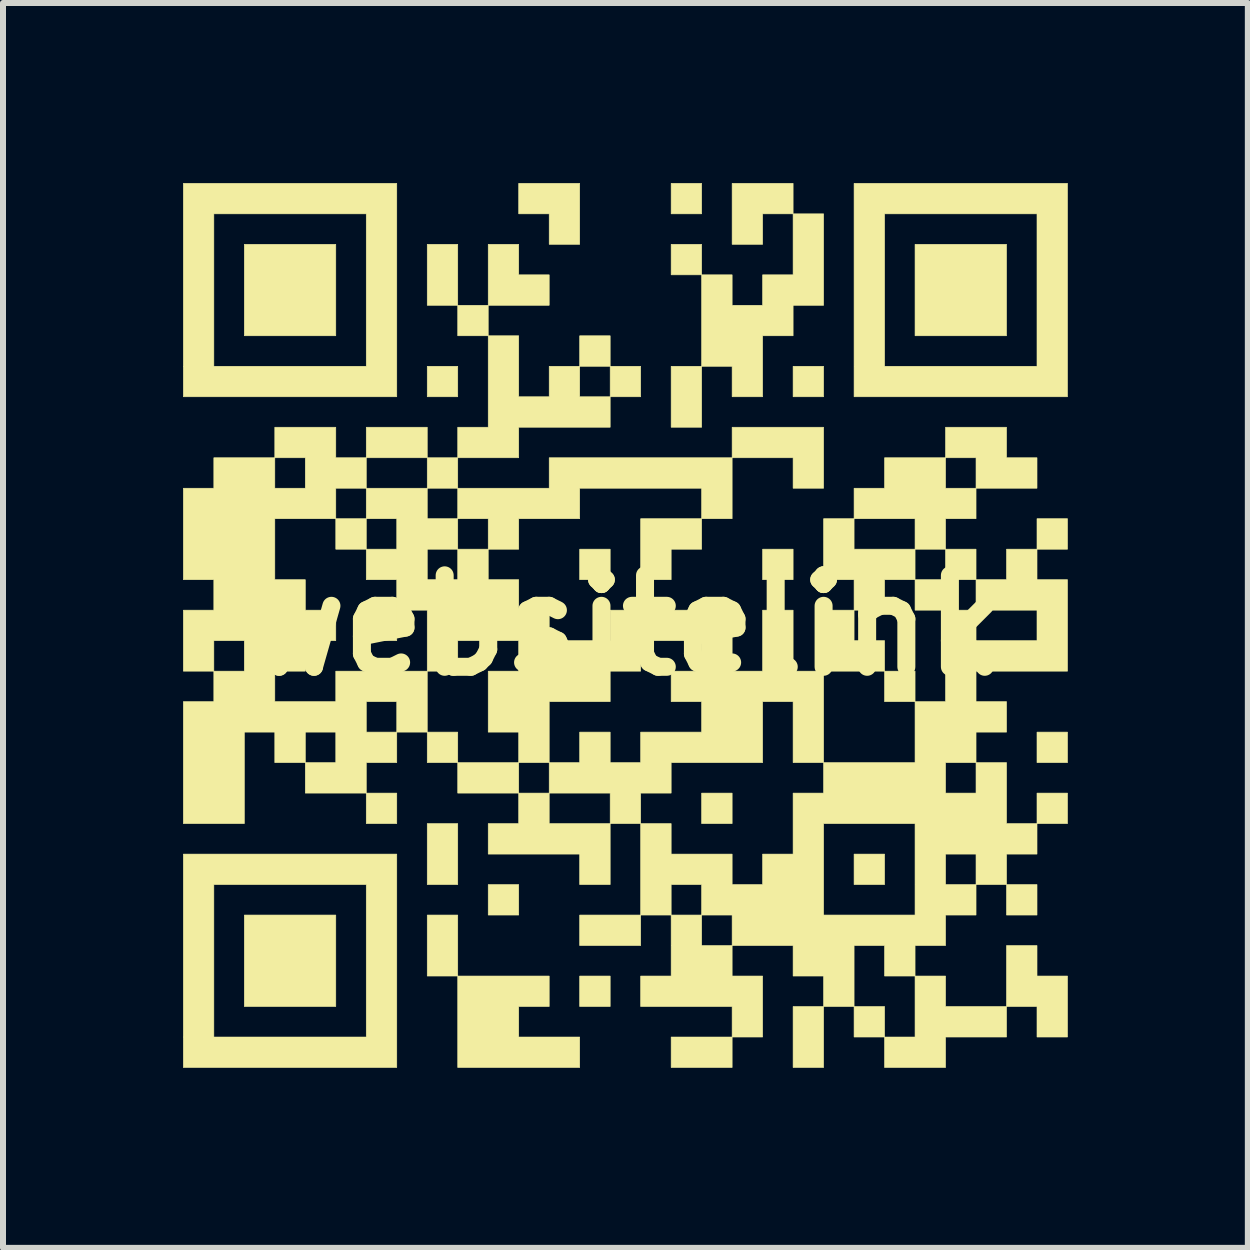
<source format=kicad_pcb>
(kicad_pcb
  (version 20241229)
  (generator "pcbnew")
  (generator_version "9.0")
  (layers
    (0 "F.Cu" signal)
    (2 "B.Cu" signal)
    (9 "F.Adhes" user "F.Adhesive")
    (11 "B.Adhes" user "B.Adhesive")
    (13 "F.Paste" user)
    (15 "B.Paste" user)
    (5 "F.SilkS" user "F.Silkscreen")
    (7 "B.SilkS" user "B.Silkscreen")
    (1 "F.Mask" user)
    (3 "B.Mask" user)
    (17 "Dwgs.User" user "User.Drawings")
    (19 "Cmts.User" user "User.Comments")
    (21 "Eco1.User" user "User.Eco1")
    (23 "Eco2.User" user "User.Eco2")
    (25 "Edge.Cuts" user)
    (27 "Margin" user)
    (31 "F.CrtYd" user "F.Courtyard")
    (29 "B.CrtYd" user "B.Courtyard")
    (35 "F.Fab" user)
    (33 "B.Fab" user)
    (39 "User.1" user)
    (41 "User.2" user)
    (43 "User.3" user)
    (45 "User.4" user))
  (footprint "websitelink"
    (layer "F.Cu")
    (at 7.371 7.371)
    (property "Reference" "websitelink" (at 0 0 0) (layer "F.SilkS") (effects (font (size 1.524 1.524) (thickness 0.3))))
    (attr through_hole)
    (fp_poly (pts (xy -4.826 -4.826) (xy -6.35 -4.826) (xy -6.35 -6.35) (xy -4.826 -6.35) (xy -4.826 -4.826)) (stroke (width 0.01) (type solid)) (fill yes) (layer "F.SilkS"))
    (fp_poly (pts (xy -4.826 6.35) (xy -6.35 6.35) (xy -6.35 4.826) (xy -4.826 4.826) (xy -4.826 6.35)) (stroke (width 0.01) (type solid)) (fill yes) (layer "F.SilkS"))
    (fp_poly (pts (xy -4.318 -1.27) (xy -4.826 -1.27) (xy -4.826 -1.778) (xy -4.318 -1.778) (xy -4.318 -1.27)) (stroke (width 0.01) (type solid)) (fill yes) (layer "F.SilkS"))
    (fp_poly (pts (xy -3.81 0.254) (xy -4.318 0.254) (xy -4.318 -0.254) (xy -3.81 -0.254) (xy -3.81 0.254)) (stroke (width 0.01) (type solid)) (fill yes) (layer "F.SilkS"))
    (fp_poly (pts (xy -3.81 3.302) (xy -4.318 3.302) (xy -4.318 2.794) (xy -3.81 2.794) (xy -3.81 3.302)) (stroke (width 0.01) (type solid)) (fill yes) (layer "F.SilkS"))
    (fp_poly (pts (xy -2.794 -5.334) (xy -3.302 -5.334) (xy -3.302 -6.35) (xy -2.794 -6.35) (xy -2.794 -5.334)) (stroke (width 0.01) (type solid)) (fill yes) (layer "F.SilkS"))
    (fp_poly (pts (xy -2.794 -3.81) (xy -3.302 -3.81) (xy -3.302 -4.318) (xy -2.794 -4.318) (xy -2.794 -3.81)) (stroke (width 0.01) (type solid)) (fill yes) (layer "F.SilkS"))
    (fp_poly (pts (xy -2.794 4.318) (xy -3.302 4.318) (xy -3.302 3.302) (xy -2.794 3.302) (xy -2.794 4.318)) (stroke (width 0.01) (type solid)) (fill yes) (layer "F.SilkS"))
    (fp_poly (pts (xy -2.794 5.842) (xy -3.302 5.842) (xy -3.302 4.826) (xy -2.794 4.826) (xy -2.794 5.842)) (stroke (width 0.01) (type solid)) (fill yes) (layer "F.SilkS"))
    (fp_poly (pts (xy -2.286 -4.826) (xy -2.794 -4.826) (xy -2.794 -5.334) (xy -2.286 -5.334) (xy -2.286 -4.826)) (stroke (width 0.01) (type solid)) (fill yes) (layer "F.SilkS"))
    (fp_poly (pts (xy -1.778 4.826) (xy -2.286 4.826) (xy -2.286 4.318) (xy -1.778 4.318) (xy -1.778 4.826)) (stroke (width 0.01) (type solid)) (fill yes) (layer "F.SilkS"))
    (fp_poly (pts (xy -0.254 -0.762) (xy -0.762 -0.762) (xy -0.762 -1.27) (xy -0.254 -1.27) (xy -0.254 -0.762)) (stroke (width 0.01) (type solid)) (fill yes) (layer "F.SilkS"))
    (fp_poly (pts (xy -0.254 6.35) (xy -0.762 6.35) (xy -0.762 5.842) (xy -0.254 5.842) (xy -0.254 6.35)) (stroke (width 0.01) (type solid)) (fill yes) (layer "F.SilkS"))
    (fp_poly (pts (xy 0.254 5.334) (xy -0.762 5.334) (xy -0.762 4.826) (xy 0.254 4.826) (xy 0.254 5.334)) (stroke (width 0.01) (type solid)) (fill yes) (layer "F.SilkS"))
    (fp_poly (pts (xy 1.27 -6.858) (xy 0.762 -6.858) (xy 0.762 -7.366) (xy 1.27 -7.366) (xy 1.27 -6.858)) (stroke (width 0.01) (type solid)) (fill yes) (layer "F.SilkS"))
    (fp_poly (pts (xy 1.27 -5.842) (xy 0.762 -5.842) (xy 0.762 -6.35) (xy 1.27 -6.35) (xy 1.27 -5.842)) (stroke (width 0.01) (type solid)) (fill yes) (layer "F.SilkS"))
    (fp_poly (pts (xy 1.27 -3.302) (xy 0.762 -3.302) (xy 0.762 -4.318) (xy 1.27 -4.318) (xy 1.27 -3.302)) (stroke (width 0.01) (type solid)) (fill yes) (layer "F.SilkS"))
    (fp_poly (pts (xy 1.778 3.302) (xy 1.27 3.302) (xy 1.27 2.794) (xy 1.778 2.794) (xy 1.778 3.302)) (stroke (width 0.01) (type solid)) (fill yes) (layer "F.SilkS"))
    (fp_poly (pts (xy 1.778 7.366) (xy 0.762 7.366) (xy 0.762 6.858) (xy 1.778 6.858) (xy 1.778 7.366)) (stroke (width 0.01) (type solid)) (fill yes) (layer "F.SilkS"))
    (fp_poly (pts (xy 2.794 -0.762) (xy 2.286 -0.762) (xy 2.286 -1.27) (xy 2.794 -1.27) (xy 2.794 -0.762)) (stroke (width 0.01) (type solid)) (fill yes) (layer "F.SilkS"))
    (fp_poly (pts (xy 3.302 -3.81) (xy 2.794 -3.81) (xy 2.794 -4.318) (xy 3.302 -4.318) (xy 3.302 -3.81)) (stroke (width 0.01) (type solid)) (fill yes) (layer "F.SilkS"))
    (fp_poly (pts (xy 3.302 7.366) (xy 2.794 7.366) (xy 2.794 6.35) (xy 3.302 6.35) (xy 3.302 7.366)) (stroke (width 0.01) (type solid)) (fill yes) (layer "F.SilkS"))
    (fp_poly (pts (xy 4.318 4.318) (xy 3.81 4.318) (xy 3.81 3.81) (xy 4.318 3.81) (xy 4.318 4.318)) (stroke (width 0.01) (type solid)) (fill yes) (layer "F.SilkS"))
    (fp_poly (pts (xy 4.826 1.27) (xy 4.318 1.27) (xy 4.318 0.762) (xy 4.826 0.762) (xy 4.826 1.27)) (stroke (width 0.01) (type solid)) (fill yes) (layer "F.SilkS"))
    (fp_poly (pts (xy 5.334 -0.254) (xy 4.826 -0.254) (xy 4.826 -0.762) (xy 5.334 -0.762) (xy 5.334 -0.254)) (stroke (width 0.01) (type solid)) (fill yes) (layer "F.SilkS"))
    (fp_poly (pts (xy 5.842 -0.762) (xy 5.334 -0.762) (xy 5.334 -1.27) (xy 5.842 -1.27) (xy 5.842 -0.762)) (stroke (width 0.01) (type solid)) (fill yes) (layer "F.SilkS"))
    (fp_poly (pts (xy 6.35 -4.826) (xy 4.826 -4.826) (xy 4.826 -6.35) (xy 6.35 -6.35) (xy 6.35 -4.826)) (stroke (width 0.01) (type solid)) (fill yes) (layer "F.SilkS"))
    (fp_poly (pts (xy 6.858 4.826) (xy 6.35 4.826) (xy 6.35 4.318) (xy 6.858 4.318) (xy 6.858 4.826)) (stroke (width 0.01) (type solid)) (fill yes) (layer "F.SilkS"))
    (fp_poly (pts (xy 7.366 -1.27) (xy 6.858 -1.27) (xy 6.858 -1.778) (xy 7.366 -1.778) (xy 7.366 -1.27)) (stroke (width 0.01) (type solid)) (fill yes) (layer "F.SilkS"))
    (fp_poly (pts (xy 7.366 2.286) (xy 6.858 2.286) (xy 6.858 1.778) (xy 7.366 1.778) (xy 7.366 2.286)) (stroke (width 0.01) (type solid)) (fill yes) (layer "F.SilkS"))
    (fp_poly (pts (xy 7.366 3.302) (xy 6.858 3.302) (xy 6.858 2.794) (xy 7.366 2.794) (xy 7.366 3.302)) (stroke (width 0.01) (type solid)) (fill yes) (layer "F.SilkS"))
    (fp_poly (pts (xy -1.778 -5.842) (xy -1.27 -5.842) (xy -1.27 -5.334) (xy -2.286 -5.334) (xy -2.286 -6.35) (xy -1.778 -6.35) (xy -1.778 -5.842)) (stroke (width 0.01) (type solid)) (fill yes) (layer "F.SilkS"))
    (fp_poly (pts (xy -0.762 -6.35) (xy -1.27 -6.35) (xy -1.27 -6.858) (xy -1.778 -6.858) (xy -1.778 -7.366) (xy -0.762 -7.366) (xy -0.762 -6.35)) (stroke (width 0.01) (type solid)) (fill yes) (layer "F.SilkS"))
    (fp_poly (pts (xy 1.27 -1.27) (xy 0.762 -1.27) (xy 0.762 -0.762) (xy 0.254 -0.762) (xy 0.254 -1.778) (xy 1.27 -1.778) (xy 1.27 -1.27)) (stroke (width 0.01) (type solid)) (fill yes) (layer "F.SilkS"))
    (fp_poly (pts (xy 1.778 -3.302) (xy 3.302 -3.302) (xy 3.302 -2.286) (xy 2.794 -2.286) (xy 2.794 -2.794) (xy 1.778 -2.794) (xy 1.778 -3.302)) (stroke (width 0.01) (type solid)) (fill yes) (layer "F.SilkS"))
    (fp_poly (pts (xy 2.794 -6.858) (xy 2.286 -6.858) (xy 2.286 -6.35) (xy 1.778 -6.35) (xy 1.778 -7.366) (xy 2.794 -7.366) (xy 2.794 -6.858)) (stroke (width 0.01) (type solid)) (fill yes) (layer "F.SilkS"))
    (fp_poly (pts (xy 3.81 0.254) (xy 4.318 0.254) (xy 4.318 0.762) (xy 3.302 0.762) (xy 3.302 -0.254) (xy 3.81 -0.254) (xy 3.81 0.254)) (stroke (width 0.01) (type solid)) (fill yes) (layer "F.SilkS"))
    (fp_poly (pts (xy -1.27 6.35) (xy -1.778 6.35) (xy -1.778 6.858) (xy -0.762 6.858) (xy -0.762 7.366) (xy -2.794 7.366) (xy -2.794 5.842) (xy -1.27 5.842) (xy -1.27 6.35)) (stroke (width 0.01) (type solid)) (fill yes) (layer "F.SilkS"))
    (fp_poly (pts (xy 6.858 5.842) (xy 7.366 5.842) (xy 7.366 6.858) (xy 6.858 6.858) (xy 6.858 6.35) (xy 6.35 6.35) (xy 6.35 5.334) (xy 6.858 5.334) (xy 6.858 5.842)) (stroke (width 0.01) (type solid)) (fill yes) (layer "F.SilkS"))
    (fp_poly (pts (xy -3.81 -3.81) (xy -7.366 -3.81) (xy -7.366 -6.858) (xy -6.858 -6.858) (xy -6.858 -4.318) (xy -4.318 -4.318) (xy -4.318 -6.858) (xy -6.858 -6.858) (xy -7.366 -6.858) (xy -7.366 -7.366) (xy -3.81 -7.366) (xy -3.81 -3.81)) (stroke (width 0.01) (type solid)) (fill yes) (layer "F.SilkS"))
    (fp_poly (pts (xy -3.81 7.366) (xy -7.366 7.366) (xy -7.366 4.318) (xy -6.858 4.318) (xy -6.858 6.858) (xy -4.318 6.858) (xy -4.318 4.318) (xy -6.858 4.318) (xy -7.366 4.318) (xy -7.366 3.81) (xy -3.81 3.81) (xy -3.81 7.366)) (stroke (width 0.01) (type solid)) (fill yes) (layer "F.SilkS"))
    (fp_poly (pts (xy 7.366 -3.81) (xy 3.81 -3.81) (xy 3.81 -6.858) (xy 4.318 -6.858) (xy 4.318 -4.318) (xy 6.858 -4.318) (xy 6.858 -6.858) (xy 4.318 -6.858) (xy 3.81 -6.858) (xy 3.81 -7.366) (xy 7.366 -7.366) (xy 7.366 -3.81)) (stroke (width 0.01) (type solid)) (fill yes) (layer "F.SilkS"))
    (fp_poly (pts (xy 1.27 -5.842) (xy 1.778 -5.842) (xy 1.778 -5.334) (xy 2.286 -5.334) (xy 2.286 -5.842) (xy 2.794 -5.842) (xy 2.794 -6.858) (xy 3.302 -6.858) (xy 3.302 -5.334) (xy 2.794 -5.334) (xy 2.794 -4.826) (xy 2.286 -4.826) (xy 2.286 -3.81) (xy 1.778 -3.81) (xy 1.778 -4.318) (xy 1.27 -4.318) (xy 1.27 -5.842)) (stroke (width 0.01) (type solid)) (fill yes) (layer "F.SilkS"))
    (fp_poly (pts (xy 0.254 -4.318) (xy 0.254 -3.81) (xy -0.254 -3.81) (xy -0.254 -3.302) (xy -1.778 -3.302) (xy -1.778 -2.794) (xy -2.794 -2.794) (xy -2.794 -3.302) (xy -2.286 -3.302) (xy -2.286 -4.826) (xy -1.778 -4.826) (xy -1.778 -3.81) (xy -1.27 -3.81) (xy -1.27 -4.318) (xy -0.762 -4.318) (xy -0.762 -3.81) (xy -0.254 -3.81) (xy -0.254 -4.318) (xy -0.762 -4.318) (xy -0.762 -4.826) (xy -0.254 -4.826) (xy -0.254 -4.318) (xy 0.254 -4.318)) (stroke (width 0.01) (type solid)) (fill yes) (layer "F.SilkS"))
    (fp_poly (pts (xy 6.35 -2.794) (xy 6.858 -2.794) (xy 6.858 -2.286) (xy 5.842 -2.286) (xy 5.842 -1.778) (xy 5.334 -1.778) (xy 5.334 -1.27) (xy 4.826 -1.27) (xy 4.826 -0.762) (xy 4.318 -0.762) (xy 4.318 -0.254) (xy 3.81 -0.254) (xy 3.81 -0.762) (xy 3.302 -0.762) (xy 3.302 -1.778) (xy 3.81 -1.778) (xy 3.81 -1.27) (xy 4.826 -1.27) (xy 4.826 -1.778) (xy 3.81 -1.778) (xy 3.81 -2.286) (xy 4.318 -2.286) (xy 4.318 -2.794) (xy 5.334 -2.794) (xy 5.334 -2.286) (xy 5.842 -2.286) (xy 5.842 -2.794) (xy 5.334 -2.794) (xy 5.334 -3.302) (xy 6.35 -3.302) (xy 6.35 -2.794)) (stroke (width 0.01) (type solid)) (fill yes) (layer "F.SilkS"))
    (fp_poly (pts (xy 1.778 -1.778) (xy 1.27 -1.778) (xy 1.27 -2.286) (xy -0.762 -2.286) (xy -0.762 -1.778) (xy -1.778 -1.778) (xy -1.778 -1.27) (xy -2.286 -1.27) (xy -2.286 -0.762) (xy -1.778 -0.762) (xy -1.778 -0.254) (xy -1.27 -0.254) (xy -1.27 0.254) (xy -0.254 0.254) (xy -0.254 -0.254) (xy 1.778 -0.254) (xy 1.778 0.762) (xy 2.286 0.762) (xy 2.286 -0.254) (xy 2.794 -0.254) (xy 2.794 0.762) (xy 3.302 0.762) (xy 3.302 2.286) (xy 4.826 2.286) (xy 5.334 2.286) (xy 5.334 2.794) (xy 5.842 2.794) (xy 5.842 2.286) (xy 5.334 2.286) (xy 4.826 2.286) (xy 4.826 1.27) (xy 5.334 1.27) (xy 5.334 -0.254) (xy 5.842 -0.254) (xy 5.842 0.254) (xy 6.858 0.254) (xy 6.858 -0.254) (xy 5.842 -0.254) (xy 5.842 -0.762) (xy 6.35 -0.762) (xy 6.35 -1.27) (xy 6.858 -1.27) (xy 6.858 -0.762) (xy 7.366 -0.762) (xy 7.366 0.762) (xy 5.842 0.762) (xy 5.842 1.27) (xy 6.35 1.27) (xy 6.35 1.778) (xy 5.842 1.778) (xy 5.842 2.286) (xy 6.35 2.286) (xy 6.35 3.302) (xy 6.858 3.302) (xy 6.858 3.81) (xy 6.35 3.81) (xy 6.35 4.318) (xy 5.842 4.318) (xy 5.842 4.826) (xy 5.334 4.826) (xy 5.334 5.334) (xy 4.826 5.334) (xy 4.826 5.842) (xy 5.334 5.842) (xy 5.334 6.35) (xy 6.35 6.35) (xy 6.35 6.858) (xy 5.334 6.858) (xy 5.334 7.366) (xy 4.318 7.366) (xy 4.318 6.858) (xy 3.81 6.858) (xy 3.81 6.35) (xy 3.302 6.35) (xy 3.302 5.842) (xy 2.794 5.842) (xy 2.794 5.334) (xy 3.81 5.334) (xy 3.81 6.35) (xy 4.318 6.35) (xy 4.318 6.858) (xy 4.826 6.858) (xy 4.826 5.842) (xy 4.318 5.842) (xy 4.318 5.334) (xy 3.81 5.334) (xy 2.794 5.334) (xy 1.778 5.334) (xy 1.778 5.842) (xy 2.286 5.842) (xy 2.286 6.858) (xy 1.778 6.858) (xy 1.778 6.35) (xy 0.254 6.35) (xy 0.254 5.842) (xy 0.762 5.842) (xy 0.762 4.826) (xy 0.254 4.826) (xy 0.254 4.318) (xy 0.762 4.318) (xy 0.762 4.826) (xy 1.27 4.826) (xy 1.27 5.334) (xy 1.778 5.334) (xy 1.778 4.826) (xy 1.27 4.826) (xy 1.27 4.318) (xy 0.762 4.318) (xy 0.254 4.318) (xy 0.254 3.302) (xy -0.254 3.302) (xy -0.254 4.318) (xy -0.762 4.318) (xy -0.762 3.81) (xy -2.286 3.81) (xy -2.286 3.302) (xy -1.778 3.302) (xy -1.778 2.794) (xy -2.794 2.794) (xy -2.794 2.286) (xy -3.302 2.286) (xy -3.302 1.778) (xy -3.81 1.778) (xy -3.81 2.286) (xy -4.318 2.286) (xy -4.318 2.794) (xy -5.334 2.794) (xy -5.334 2.286) (xy -5.842 2.286) (xy -5.842 1.778) (xy -5.334 1.778) (xy -5.334 2.286) (xy -4.826 2.286) (xy -4.826 1.778) (xy -5.334 1.778) (xy -5.842 1.778) (xy -6.35 1.778) (xy -6.35 3.302) (xy -7.366 3.302) (xy -7.366 1.27) (xy -6.858 1.27) (xy -6.858 0.762) (xy -7.366 0.762) (xy -7.366 0.254) (xy -6.858 0.254) (xy -6.858 0.762) (xy -6.35 0.762) (xy -6.35 0.254) (xy -6.858 0.254) (xy -7.366 0.254) (xy -7.366 -0.254) (xy -6.858 -0.254) (xy -6.858 -0.762) (xy -7.366 -0.762) (xy -7.366 -1.778) (xy -5.842 -1.778) (xy -5.842 -0.762) (xy -5.334 -0.762) (xy -5.334 -0.254) (xy -4.826 -0.254) (xy -4.826 0.254) (xy -5.334 0.254) (xy -5.334 0.762) (xy -5.842 0.762) (xy -5.842 1.27) (xy -4.826 1.27) (xy -4.318 1.27) (xy -4.318 1.778) (xy -3.81 1.778) (xy -3.81 1.27) (xy -4.318 1.27) (xy -4.826 1.27) (xy -4.826 0.762) (xy -3.302 0.762) (xy -3.302 1.778) (xy -2.794 1.778) (xy -2.794 2.286) (xy -1.778 2.286) (xy -1.778 2.794) (xy -1.27 2.794) (xy -1.27 3.302) (xy -0.254 3.302) (xy -0.254 2.794) (xy 0.254 2.794) (xy 0.254 3.302) (xy 0.762 3.302) (xy 0.762 3.81) (xy 1.778 3.81) (xy 1.778 4.318) (xy 2.286 4.318) (xy 2.286 3.81) (xy 2.794 3.81) (xy 2.794 3.302) (xy 3.302 3.302) (xy 3.302 4.826) (xy 4.826 4.826) (xy 4.826 3.81) (xy 5.334 3.81) (xy 5.334 4.318) (xy 5.842 4.318) (xy 5.842 3.81) (xy 5.334 3.81) (xy 4.826 3.81) (xy 4.826 3.302) (xy 3.302 3.302) (xy 2.794 3.302) (xy 2.794 2.794) (xy 3.302 2.794) (xy 3.302 2.286) (xy 2.794 2.286) (xy 2.794 1.27) (xy 2.286 1.27) (xy 2.286 2.286) (xy 0.762 2.286) (xy 0.762 2.794) (xy 0.254 2.794) (xy -0.254 2.794) (xy -1.27 2.794) (xy -1.27 2.286) (xy -1.778 2.286) (xy -1.778 1.778) (xy -2.286 1.778) (xy -2.286 1.27) (xy -1.27 1.27) (xy -1.27 2.286) (xy -0.762 2.286) (xy -0.762 1.778) (xy -0.254 1.778) (xy -0.254 2.286) (xy 0.254 2.286) (xy 0.254 1.778) (xy 1.27 1.778) (xy 1.27 1.27) (xy 0.762 1.27) (xy 0.762 0.762) (xy 1.27 0.762) (xy 1.27 0.254) (xy 0.254 0.254) (xy 0.254 0.762) (xy -0.254 0.762) (xy -0.254 1.27) (xy -1.27 1.27) (xy -2.286 1.27) (xy -2.286 0.762) (xy -1.778 0.762) (xy -1.778 0.254) (xy -2.794 0.254) (xy -2.794 0.762) (xy -3.302 0.762) (xy -3.302 -0.254) (xy -3.81 -0.254) (xy -3.81 -0.762) (xy -4.318 -0.762) (xy -4.318 -1.27) (xy -3.81 -1.27) (xy -3.302 -1.27) (xy -3.302 -0.762) (xy -2.794 -0.762) (xy -2.794 -1.27) (xy -3.302 -1.27) (xy -3.81 -1.27) (xy -3.81 -1.778) (xy -4.318 -1.778) (xy -4.318 -2.286) (xy -4.826 -2.286) (xy -4.826 -1.778) (xy -5.842 -1.778) (xy -7.366 -1.778) (xy -7.366 -2.286) (xy -6.858 -2.286) (xy -6.858 -2.794) (xy -5.842 -2.794) (xy -5.842 -2.286) (xy -5.334 -2.286) (xy -5.334 -2.794) (xy -5.842 -2.794) (xy -5.842 -3.302) (xy -4.826 -3.302) (xy -4.826 -2.794) (xy -4.318 -2.794) (xy -4.318 -2.286) (xy -3.302 -2.286) (xy -3.302 -1.778) (xy -2.794 -1.778) (xy -2.794 -1.27) (xy -2.286 -1.27) (xy -2.286 -1.778) (xy -2.794 -1.778) (xy -2.794 -2.286) (xy -3.302 -2.286) (xy -3.302 -2.794) (xy -4.318 -2.794) (xy -4.318 -3.302) (xy -3.302 -3.302) (xy -3.302 -2.794) (xy -2.794 -2.794) (xy -2.794 -2.286) (xy -1.27 -2.286) (xy -1.27 -2.794) (xy 1.778 -2.794) (xy 1.778 -1.778)) (stroke (width 0.01) (type solid)) (fill yes) (layer "F.SilkS")))
  (gr_rect
    (start -3 -3)
    (end 17.742 17.742)
    (stroke (width 0.1) (type default))
    (fill no)
    (layer "Edge.Cuts")))
</source>
